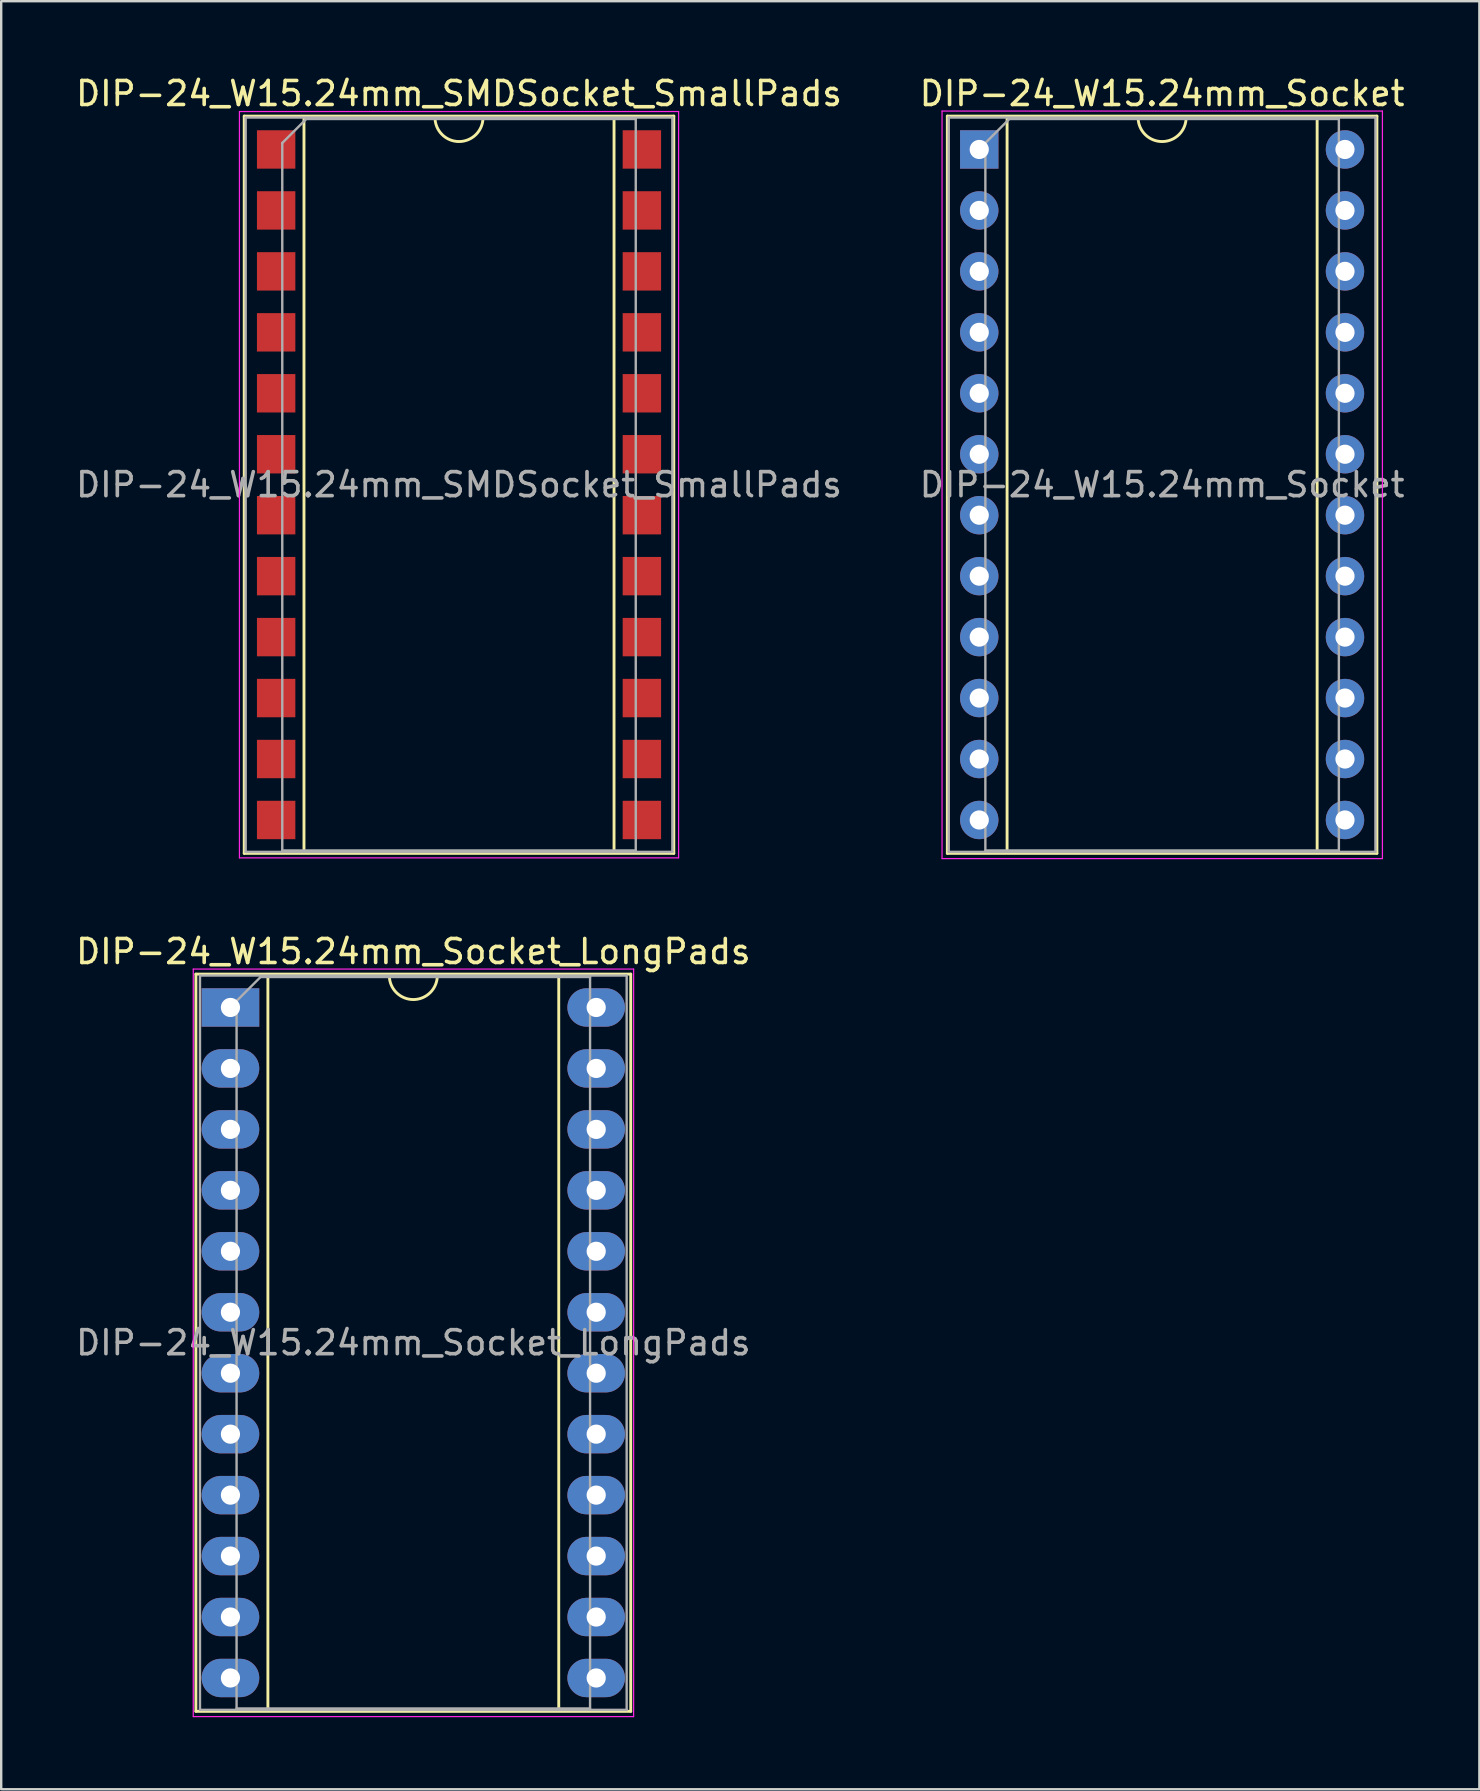
<source format=kicad_pcb>
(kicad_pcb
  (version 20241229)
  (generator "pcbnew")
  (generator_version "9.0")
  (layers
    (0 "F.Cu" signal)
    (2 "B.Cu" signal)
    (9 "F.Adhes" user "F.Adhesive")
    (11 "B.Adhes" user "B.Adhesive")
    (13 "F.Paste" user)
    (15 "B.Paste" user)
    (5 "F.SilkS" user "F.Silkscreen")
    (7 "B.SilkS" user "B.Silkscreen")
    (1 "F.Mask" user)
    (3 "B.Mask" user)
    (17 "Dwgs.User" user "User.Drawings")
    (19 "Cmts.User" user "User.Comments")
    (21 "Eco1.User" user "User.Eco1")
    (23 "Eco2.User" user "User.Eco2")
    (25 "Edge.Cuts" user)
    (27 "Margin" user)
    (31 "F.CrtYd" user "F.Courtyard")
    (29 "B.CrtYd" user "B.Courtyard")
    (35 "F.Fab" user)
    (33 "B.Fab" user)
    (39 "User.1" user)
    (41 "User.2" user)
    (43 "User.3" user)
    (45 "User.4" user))
  (footprint "DIP-24_W15.24mm_Socket_LongPads"
    (layer "F.Cu")
    (at 6.553 38.931)
    (property "Reference" "DIP-24_W15.24mm_Socket_LongPads" (at 7.62 -2.33 0) (layer "F.SilkS") (effects (font (size 1 1) (thickness 0.15))))
    (attr through_hole)
    (fp_line (start -1.44 -1.39) (end -1.44 29.33) (stroke (width 0.12) (type solid)) (layer "F.SilkS"))
    (fp_line (start -1.44 29.33) (end 16.68 29.33) (stroke (width 0.12) (type solid)) (layer "F.SilkS"))
    (fp_line (start 1.56 -1.33) (end 1.56 29.27) (stroke (width 0.12) (type solid)) (layer "F.SilkS"))
    (fp_line (start 1.56 29.27) (end 13.68 29.27) (stroke (width 0.12) (type solid)) (layer "F.SilkS"))
    (fp_line (start 6.62 -1.33) (end 1.56 -1.33) (stroke (width 0.12) (type solid)) (layer "F.SilkS"))
    (fp_line (start 13.68 -1.33) (end 8.62 -1.33) (stroke (width 0.12) (type solid)) (layer "F.SilkS"))
    (fp_line (start 13.68 29.27) (end 13.68 -1.33) (stroke (width 0.12) (type solid)) (layer "F.SilkS"))
    (fp_line (start 16.68 -1.39) (end -1.44 -1.39) (stroke (width 0.12) (type solid)) (layer "F.SilkS"))
    (fp_line (start 16.68 29.33) (end 16.68 -1.39) (stroke (width 0.12) (type solid)) (layer "F.SilkS"))
    (fp_arc (start 8.62 -1.33) (mid 7.62 -0.33) (end 6.62 -1.33) (stroke (width 0.12) (type solid)) (layer "F.SilkS"))
    (fp_line (start -1.55 -1.6) (end -1.55 29.55) (stroke (width 0.05) (type solid)) (layer "F.CrtYd"))
    (fp_line (start -1.55 29.55) (end 16.8 29.55) (stroke (width 0.05) (type solid)) (layer "F.CrtYd"))
    (fp_line (start 16.8 -1.6) (end -1.55 -1.6) (stroke (width 0.05) (type solid)) (layer "F.CrtYd"))
    (fp_line (start 16.8 29.55) (end 16.8 -1.6) (stroke (width 0.05) (type solid)) (layer "F.CrtYd"))
    (fp_line (start -1.27 -1.33) (end -1.27 29.27) (stroke (width 0.1) (type solid)) (layer "F.Fab"))
    (fp_line (start -1.27 29.27) (end 16.51 29.27) (stroke (width 0.1) (type solid)) (layer "F.Fab"))
    (fp_line (start 0.255 -0.27) (end 1.255 -1.27) (stroke (width 0.1) (type solid)) (layer "F.Fab"))
    (fp_line (start 0.255 29.21) (end 0.255 -0.27) (stroke (width 0.1) (type solid)) (layer "F.Fab"))
    (fp_line (start 1.255 -1.27) (end 14.985 -1.27) (stroke (width 0.1) (type solid)) (layer "F.Fab"))
    (fp_line (start 14.985 -1.27) (end 14.985 29.21) (stroke (width 0.1) (type solid)) (layer "F.Fab"))
    (fp_line (start 14.985 29.21) (end 0.255 29.21) (stroke (width 0.1) (type solid)) (layer "F.Fab"))
    (fp_line (start 16.51 -1.33) (end -1.27 -1.33) (stroke (width 0.1) (type solid)) (layer "F.Fab"))
    (fp_line (start 16.51 29.27) (end 16.51 -1.33) (stroke (width 0.1) (type solid)) (layer "F.Fab"))
    (fp_text user "${REFERENCE}" (at 7.62 13.97 0) (layer "F.Fab") (effects (font (size 1 1) (thickness 0.15))))
    (pad "1" thru_hole rect (at 0 0) (size 2.4 1.6) (drill 0.8) (layers "*.Cu" "*.Mask"))
    (pad "2" thru_hole oval (at 0 2.54) (size 2.4 1.6) (drill 0.8) (layers "*.Cu" "*.Mask"))
    (pad "3" thru_hole oval (at 0 5.08) (size 2.4 1.6) (drill 0.8) (layers "*.Cu" "*.Mask"))
    (pad "4" thru_hole oval (at 0 7.62) (size 2.4 1.6) (drill 0.8) (layers "*.Cu" "*.Mask"))
    (pad "5" thru_hole oval (at 0 10.16) (size 2.4 1.6) (drill 0.8) (layers "*.Cu" "*.Mask"))
    (pad "6" thru_hole oval (at 0 12.7) (size 2.4 1.6) (drill 0.8) (layers "*.Cu" "*.Mask"))
    (pad "7" thru_hole oval (at 0 15.24) (size 2.4 1.6) (drill 0.8) (layers "*.Cu" "*.Mask"))
    (pad "8" thru_hole oval (at 0 17.78) (size 2.4 1.6) (drill 0.8) (layers "*.Cu" "*.Mask"))
    (pad "9" thru_hole oval (at 0 20.32) (size 2.4 1.6) (drill 0.8) (layers "*.Cu" "*.Mask"))
    (pad "10" thru_hole oval (at 0 22.86) (size 2.4 1.6) (drill 0.8) (layers "*.Cu" "*.Mask"))
    (pad "11" thru_hole oval (at 0 25.4) (size 2.4 1.6) (drill 0.8) (layers "*.Cu" "*.Mask"))
    (pad "12" thru_hole oval (at 0 27.94) (size 2.4 1.6) (drill 0.8) (layers "*.Cu" "*.Mask"))
    (pad "13" thru_hole oval (at 15.24 27.94) (size 2.4 1.6) (drill 0.8) (layers "*.Cu" "*.Mask"))
    (pad "14" thru_hole oval (at 15.24 25.4) (size 2.4 1.6) (drill 0.8) (layers "*.Cu" "*.Mask"))
    (pad "15" thru_hole oval (at 15.24 22.86) (size 2.4 1.6) (drill 0.8) (layers "*.Cu" "*.Mask"))
    (pad "16" thru_hole oval (at 15.24 20.32) (size 2.4 1.6) (drill 0.8) (layers "*.Cu" "*.Mask"))
    (pad "17" thru_hole oval (at 15.24 17.78) (size 2.4 1.6) (drill 0.8) (layers "*.Cu" "*.Mask"))
    (pad "18" thru_hole oval (at 15.24 15.24) (size 2.4 1.6) (drill 0.8) (layers "*.Cu" "*.Mask"))
    (pad "19" thru_hole oval (at 15.24 12.7) (size 2.4 1.6) (drill 0.8) (layers "*.Cu" "*.Mask"))
    (pad "20" thru_hole oval (at 15.24 10.16) (size 2.4 1.6) (drill 0.8) (layers "*.Cu" "*.Mask"))
    (pad "21" thru_hole oval (at 15.24 7.62) (size 2.4 1.6) (drill 0.8) (layers "*.Cu" "*.Mask"))
    (pad "22" thru_hole oval (at 15.24 5.08) (size 2.4 1.6) (drill 0.8) (layers "*.Cu" "*.Mask"))
    (pad "23" thru_hole oval (at 15.24 2.54) (size 2.4 1.6) (drill 0.8) (layers "*.Cu" "*.Mask"))
    (pad "24" thru_hole oval (at 15.24 0) (size 2.4 1.6) (drill 0.8) (layers "*.Cu" "*.Mask")))
  (footprint "DIP-24_W15.24mm_Socket"
    (layer "F.Cu")
    (at 37.755 3.178)
    (property "Reference" "DIP-24_W15.24mm_Socket" (at 7.62 -2.33 0) (layer "F.SilkS") (effects (font (size 1 1) (thickness 0.15))))
    (attr through_hole)
    (fp_line (start -1.33 -1.39) (end -1.33 29.33) (stroke (width 0.12) (type solid)) (layer "F.SilkS"))
    (fp_line (start -1.33 29.33) (end 16.57 29.33) (stroke (width 0.12) (type solid)) (layer "F.SilkS"))
    (fp_line (start 1.16 -1.33) (end 1.16 29.27) (stroke (width 0.12) (type solid)) (layer "F.SilkS"))
    (fp_line (start 1.16 29.27) (end 14.08 29.27) (stroke (width 0.12) (type solid)) (layer "F.SilkS"))
    (fp_line (start 6.62 -1.33) (end 1.16 -1.33) (stroke (width 0.12) (type solid)) (layer "F.SilkS"))
    (fp_line (start 14.08 -1.33) (end 8.62 -1.33) (stroke (width 0.12) (type solid)) (layer "F.SilkS"))
    (fp_line (start 14.08 29.27) (end 14.08 -1.33) (stroke (width 0.12) (type solid)) (layer "F.SilkS"))
    (fp_line (start 16.57 -1.39) (end -1.33 -1.39) (stroke (width 0.12) (type solid)) (layer "F.SilkS"))
    (fp_line (start 16.57 29.33) (end 16.57 -1.39) (stroke (width 0.12) (type solid)) (layer "F.SilkS"))
    (fp_arc (start 8.62 -1.33) (mid 7.62 -0.33) (end 6.62 -1.33) (stroke (width 0.12) (type solid)) (layer "F.SilkS"))
    (fp_line (start -1.55 -1.6) (end -1.55 29.55) (stroke (width 0.05) (type solid)) (layer "F.CrtYd"))
    (fp_line (start -1.55 29.55) (end 16.8 29.55) (stroke (width 0.05) (type solid)) (layer "F.CrtYd"))
    (fp_line (start 16.8 -1.6) (end -1.55 -1.6) (stroke (width 0.05) (type solid)) (layer "F.CrtYd"))
    (fp_line (start 16.8 29.55) (end 16.8 -1.6) (stroke (width 0.05) (type solid)) (layer "F.CrtYd"))
    (fp_line (start -1.27 -1.33) (end -1.27 29.27) (stroke (width 0.1) (type solid)) (layer "F.Fab"))
    (fp_line (start -1.27 29.27) (end 16.51 29.27) (stroke (width 0.1) (type solid)) (layer "F.Fab"))
    (fp_line (start 0.255 -0.27) (end 1.255 -1.27) (stroke (width 0.1) (type solid)) (layer "F.Fab"))
    (fp_line (start 0.255 29.21) (end 0.255 -0.27) (stroke (width 0.1) (type solid)) (layer "F.Fab"))
    (fp_line (start 1.255 -1.27) (end 14.985 -1.27) (stroke (width 0.1) (type solid)) (layer "F.Fab"))
    (fp_line (start 14.985 -1.27) (end 14.985 29.21) (stroke (width 0.1) (type solid)) (layer "F.Fab"))
    (fp_line (start 14.985 29.21) (end 0.255 29.21) (stroke (width 0.1) (type solid)) (layer "F.Fab"))
    (fp_line (start 16.51 -1.33) (end -1.27 -1.33) (stroke (width 0.1) (type solid)) (layer "F.Fab"))
    (fp_line (start 16.51 29.27) (end 16.51 -1.33) (stroke (width 0.1) (type solid)) (layer "F.Fab"))
    (fp_text user "${REFERENCE}" (at 7.62 13.97 0) (layer "F.Fab") (effects (font (size 1 1) (thickness 0.15))))
    (pad "1" thru_hole rect (at 0 0) (size 1.6 1.6) (drill 0.8) (layers "*.Cu" "*.Mask"))
    (pad "2" thru_hole oval (at 0 2.54) (size 1.6 1.6) (drill 0.8) (layers "*.Cu" "*.Mask"))
    (pad "3" thru_hole oval (at 0 5.08) (size 1.6 1.6) (drill 0.8) (layers "*.Cu" "*.Mask"))
    (pad "4" thru_hole oval (at 0 7.62) (size 1.6 1.6) (drill 0.8) (layers "*.Cu" "*.Mask"))
    (pad "5" thru_hole oval (at 0 10.16) (size 1.6 1.6) (drill 0.8) (layers "*.Cu" "*.Mask"))
    (pad "6" thru_hole oval (at 0 12.7) (size 1.6 1.6) (drill 0.8) (layers "*.Cu" "*.Mask"))
    (pad "7" thru_hole oval (at 0 15.24) (size 1.6 1.6) (drill 0.8) (layers "*.Cu" "*.Mask"))
    (pad "8" thru_hole oval (at 0 17.78) (size 1.6 1.6) (drill 0.8) (layers "*.Cu" "*.Mask"))
    (pad "9" thru_hole oval (at 0 20.32) (size 1.6 1.6) (drill 0.8) (layers "*.Cu" "*.Mask"))
    (pad "10" thru_hole oval (at 0 22.86) (size 1.6 1.6) (drill 0.8) (layers "*.Cu" "*.Mask"))
    (pad "11" thru_hole oval (at 0 25.4) (size 1.6 1.6) (drill 0.8) (layers "*.Cu" "*.Mask"))
    (pad "12" thru_hole oval (at 0 27.94) (size 1.6 1.6) (drill 0.8) (layers "*.Cu" "*.Mask"))
    (pad "13" thru_hole oval (at 15.24 27.94) (size 1.6 1.6) (drill 0.8) (layers "*.Cu" "*.Mask"))
    (pad "14" thru_hole oval (at 15.24 25.4) (size 1.6 1.6) (drill 0.8) (layers "*.Cu" "*.Mask"))
    (pad "15" thru_hole oval (at 15.24 22.86) (size 1.6 1.6) (drill 0.8) (layers "*.Cu" "*.Mask"))
    (pad "16" thru_hole oval (at 15.24 20.32) (size 1.6 1.6) (drill 0.8) (layers "*.Cu" "*.Mask"))
    (pad "17" thru_hole oval (at 15.24 17.78) (size 1.6 1.6) (drill 0.8) (layers "*.Cu" "*.Mask"))
    (pad "18" thru_hole oval (at 15.24 15.24) (size 1.6 1.6) (drill 0.8) (layers "*.Cu" "*.Mask"))
    (pad "19" thru_hole oval (at 15.24 12.7) (size 1.6 1.6) (drill 0.8) (layers "*.Cu" "*.Mask"))
    (pad "20" thru_hole oval (at 15.24 10.16) (size 1.6 1.6) (drill 0.8) (layers "*.Cu" "*.Mask"))
    (pad "21" thru_hole oval (at 15.24 7.62) (size 1.6 1.6) (drill 0.8) (layers "*.Cu" "*.Mask"))
    (pad "22" thru_hole oval (at 15.24 5.08) (size 1.6 1.6) (drill 0.8) (layers "*.Cu" "*.Mask"))
    (pad "23" thru_hole oval (at 15.24 2.54) (size 1.6 1.6) (drill 0.8) (layers "*.Cu" "*.Mask"))
    (pad "24" thru_hole oval (at 15.24 0) (size 1.6 1.6) (drill 0.8) (layers "*.Cu" "*.Mask")))
  (footprint "DIP-24_W15.24mm_SMDSocket_SmallPads"
    (layer "F.Cu")
    (at 16.077 17.148)
    (property "Reference" "DIP-24_W15.24mm_SMDSocket_SmallPads" (at 0 -16.3 0) (layer "F.SilkS") (effects (font (size 1 1) (thickness 0.15))))
    (attr smd)
    (fp_line (start -8.95 -15.36) (end -8.95 15.36) (stroke (width 0.12) (type solid)) (layer "F.SilkS"))
    (fp_line (start -8.95 15.36) (end 8.95 15.36) (stroke (width 0.12) (type solid)) (layer "F.SilkS"))
    (fp_line (start -6.46 -15.3) (end -6.46 15.3) (stroke (width 0.12) (type solid)) (layer "F.SilkS"))
    (fp_line (start -6.46 15.3) (end 6.46 15.3) (stroke (width 0.12) (type solid)) (layer "F.SilkS"))
    (fp_line (start -1 -15.3) (end -6.46 -15.3) (stroke (width 0.12) (type solid)) (layer "F.SilkS"))
    (fp_line (start 6.46 -15.3) (end 1 -15.3) (stroke (width 0.12) (type solid)) (layer "F.SilkS"))
    (fp_line (start 6.46 15.3) (end 6.46 -15.3) (stroke (width 0.12) (type solid)) (layer "F.SilkS"))
    (fp_line (start 8.95 -15.36) (end -8.95 -15.36) (stroke (width 0.12) (type solid)) (layer "F.SilkS"))
    (fp_line (start 8.95 15.36) (end 8.95 -15.36) (stroke (width 0.12) (type solid)) (layer "F.SilkS"))
    (fp_arc (start 1 -15.3) (mid 0 -14.3) (end -1 -15.3) (stroke (width 0.12) (type solid)) (layer "F.SilkS"))
    (fp_line (start -9.15 -15.55) (end -9.15 15.55) (stroke (width 0.05) (type solid)) (layer "F.CrtYd"))
    (fp_line (start -9.15 15.55) (end 9.15 15.55) (stroke (width 0.05) (type solid)) (layer "F.CrtYd"))
    (fp_line (start 9.15 -15.55) (end -9.15 -15.55) (stroke (width 0.05) (type solid)) (layer "F.CrtYd"))
    (fp_line (start 9.15 15.55) (end 9.15 -15.55) (stroke (width 0.05) (type solid)) (layer "F.CrtYd"))
    (fp_line (start -8.89 -15.3) (end -8.89 15.3) (stroke (width 0.1) (type solid)) (layer "F.Fab"))
    (fp_line (start -8.89 15.3) (end 8.89 15.3) (stroke (width 0.1) (type solid)) (layer "F.Fab"))
    (fp_line (start -7.365 -14.24) (end -6.365 -15.24) (stroke (width 0.1) (type solid)) (layer "F.Fab"))
    (fp_line (start -7.365 15.24) (end -7.365 -14.24) (stroke (width 0.1) (type solid)) (layer "F.Fab"))
    (fp_line (start -6.365 -15.24) (end 7.365 -15.24) (stroke (width 0.1) (type solid)) (layer "F.Fab"))
    (fp_line (start 7.365 -15.24) (end 7.365 15.24) (stroke (width 0.1) (type solid)) (layer "F.Fab"))
    (fp_line (start 7.365 15.24) (end -7.365 15.24) (stroke (width 0.1) (type solid)) (layer "F.Fab"))
    (fp_line (start 8.89 -15.3) (end -8.89 -15.3) (stroke (width 0.1) (type solid)) (layer "F.Fab"))
    (fp_line (start 8.89 15.3) (end 8.89 -15.3) (stroke (width 0.1) (type solid)) (layer "F.Fab"))
    (fp_text user "${REFERENCE}" (at 0 0 0) (layer "F.Fab") (effects (font (size 1 1) (thickness 0.15))))
    (pad "1" smd rect (at -7.62 -13.97) (size 1.6 1.6) (layers "F.Cu" "F.Mask" "F.Paste"))
    (pad "2" smd rect (at -7.62 -11.43) (size 1.6 1.6) (layers "F.Cu" "F.Mask" "F.Paste"))
    (pad "3" smd rect (at -7.62 -8.89) (size 1.6 1.6) (layers "F.Cu" "F.Mask" "F.Paste"))
    (pad "4" smd rect (at -7.62 -6.35) (size 1.6 1.6) (layers "F.Cu" "F.Mask" "F.Paste"))
    (pad "5" smd rect (at -7.62 -3.81) (size 1.6 1.6) (layers "F.Cu" "F.Mask" "F.Paste"))
    (pad "6" smd rect (at -7.62 -1.27) (size 1.6 1.6) (layers "F.Cu" "F.Mask" "F.Paste"))
    (pad "7" smd rect (at -7.62 1.27) (size 1.6 1.6) (layers "F.Cu" "F.Mask" "F.Paste"))
    (pad "8" smd rect (at -7.62 3.81) (size 1.6 1.6) (layers "F.Cu" "F.Mask" "F.Paste"))
    (pad "9" smd rect (at -7.62 6.35) (size 1.6 1.6) (layers "F.Cu" "F.Mask" "F.Paste"))
    (pad "10" smd rect (at -7.62 8.89) (size 1.6 1.6) (layers "F.Cu" "F.Mask" "F.Paste"))
    (pad "11" smd rect (at -7.62 11.43) (size 1.6 1.6) (layers "F.Cu" "F.Mask" "F.Paste"))
    (pad "12" smd rect (at -7.62 13.97) (size 1.6 1.6) (layers "F.Cu" "F.Mask" "F.Paste"))
    (pad "13" smd rect (at 7.62 13.97) (size 1.6 1.6) (layers "F.Cu" "F.Mask" "F.Paste"))
    (pad "14" smd rect (at 7.62 11.43) (size 1.6 1.6) (layers "F.Cu" "F.Mask" "F.Paste"))
    (pad "15" smd rect (at 7.62 8.89) (size 1.6 1.6) (layers "F.Cu" "F.Mask" "F.Paste"))
    (pad "16" smd rect (at 7.62 6.35) (size 1.6 1.6) (layers "F.Cu" "F.Mask" "F.Paste"))
    (pad "17" smd rect (at 7.62 3.81) (size 1.6 1.6) (layers "F.Cu" "F.Mask" "F.Paste"))
    (pad "18" smd rect (at 7.62 1.27) (size 1.6 1.6) (layers "F.Cu" "F.Mask" "F.Paste"))
    (pad "19" smd rect (at 7.62 -1.27) (size 1.6 1.6) (layers "F.Cu" "F.Mask" "F.Paste"))
    (pad "20" smd rect (at 7.62 -3.81) (size 1.6 1.6) (layers "F.Cu" "F.Mask" "F.Paste"))
    (pad "21" smd rect (at 7.62 -6.35) (size 1.6 1.6) (layers "F.Cu" "F.Mask" "F.Paste"))
    (pad "22" smd rect (at 7.62 -8.89) (size 1.6 1.6) (layers "F.Cu" "F.Mask" "F.Paste"))
    (pad "23" smd rect (at 7.62 -11.43) (size 1.6 1.6) (layers "F.Cu" "F.Mask" "F.Paste"))
    (pad "24" smd rect (at 7.62 -13.97) (size 1.6 1.6) (layers "F.Cu" "F.Mask" "F.Paste")))
  (gr_rect
    (start -3 -3)
    (end 58.595 71.507)
    (stroke (width 0.1) (type default))
    (fill no)
    (layer "Edge.Cuts")))
</source>
